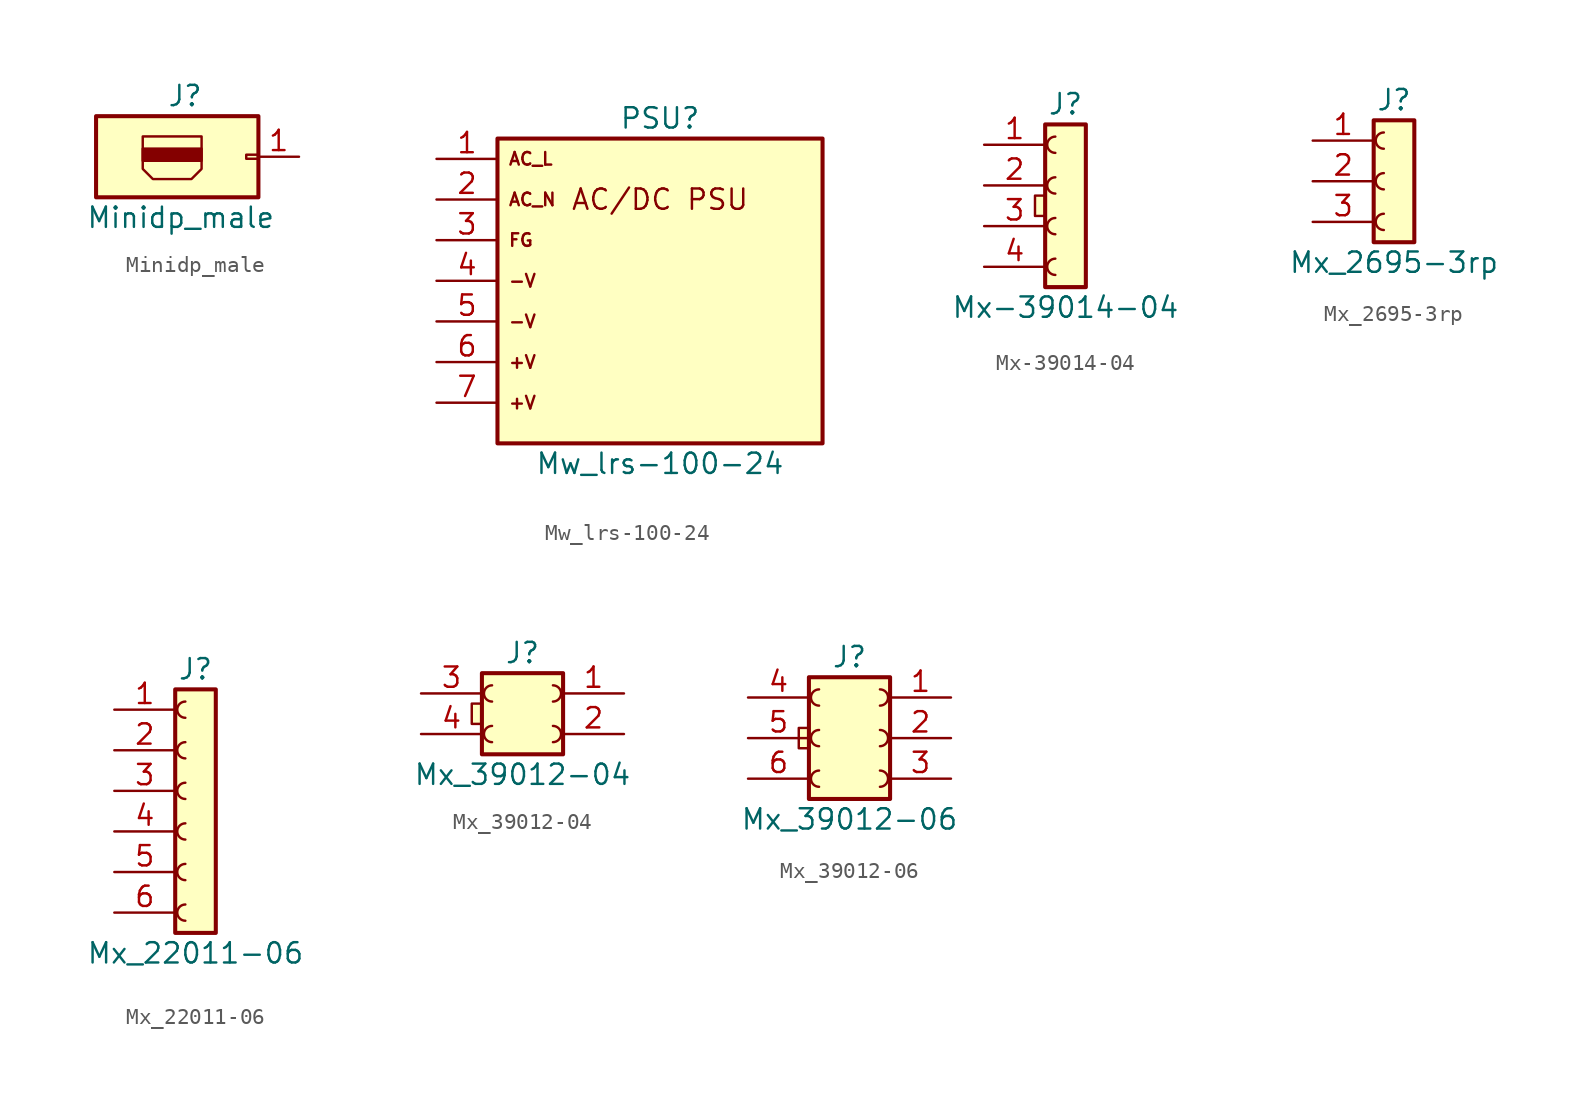
<source format=kicad_sym>
(kicad_symbol_lib
  (version 20211014)
  (generator kicad_symbol_editor)
  (symbol "Minidp_male"
    (pin_names
      (offset 1.016) hide)
    (property "Reference" "J"
      (at -5.715 3.81 0)
      (effects (font (size 1.27 1.27)) (justify left)))
    (property "Value" "Minidp_male"
      (at -10.795 -3.81 0)
      (effects (font (size 1.27 1.27)) (justify left)))
    (symbol "Minidp_male_0_0"
      (rectangle (start -7.239 -0.254) (end -3.556 0.508) (stroke (width 0) (type default) (color 0 0 0 0)) (fill (type outline)))
      (polyline (pts (xy -7.239 -0.762) (xy -7.239 -0.127) (xy -7.239 1.27) (xy -3.556 1.27) (xy -3.556 -0.762) (xy -4.191 -1.397) (xy -6.604 -1.397) (xy -7.239 -0.762)) (stroke (width 0) (type default) (color 0 0 0 0)) (fill (type none))))
    (symbol "Minidp_male_0_1"
      (rectangle (start -10.16 -2.54) (end 0 2.54) (stroke (width 0.254) (type default) (color 0 0 0 0)) (fill (type background)))
      (rectangle (start 0 -0.127) (end -0.762 0.127) (stroke (width 0) (type default) (color 0 0 0 0)) (fill (type none))))
    (symbol "Minidp_male_1_1"
      (pin passive line (at 2.54 0 180) (length 2.54) (name "Pin_1" (effects (font (size 1.27 1.27)))) (number "1" (effects (font (size 1.27 1.27)))))))
  (symbol "Mw_lrs-100-24"
    (pin_names
      (offset 1.016) hide)
    (property "Reference" "PSU"
      (at 0 10.16 0)
      (effects (font (size 1.27 1.27))))
    (property "Value" "Mw_lrs-100-24"
      (at 0 -11.43 0)
      (effects (font (size 1.27 1.27))))
    (symbol "Mw_lrs-100-24_0_0"
      (text "AC/DC PSU" (at 0 5.08 0) (effects (font (size 1.27 1.27))))
      (text "AC_L" (at -9.525 7.62 0) (effects (font (size 0.787 0.787)) (justify left))))
    (symbol "Mw_lrs-100-24_0_1"
      (rectangle (start 10.16 8.89) (end -10.16 -10.16) (stroke (width 0.254) (type default) (color 0 0 0 0)) (fill (type background))))
    (symbol "Mw_lrs-100-24_1_1"
      (text "+V" (at -9.525 -7.62 0) (effects (font (size 0.787 0.787)) (justify left)))
      (text "+V" (at -9.525 -5.08 0) (effects (font (size 0.787 0.787)) (justify left)))
      (text "-V" (at -9.525 -2.54 0) (effects (font (size 0.787 0.787)) (justify left)))
      (text "-V" (at -9.525 0 0) (effects (font (size 0.787 0.787)) (justify left)))
      (text "AC_N" (at -9.525 5.08 0) (effects (font (size 0.787 0.787)) (justify left)))
      (text "FG" (at -9.525 2.54 0) (effects (font (size 0.787 0.787)) (justify left)))
      (pin passive line (at -13.97 7.62 0) (length 3.81) (name "AC_L" (effects (font (size 1.27 1.27)))) (number "1" (effects (font (size 1.27 1.27)))))
      (pin passive line (at -13.97 5.08 0) (length 3.81) (name "AC_N" (effects (font (size 1.27 1.27)))) (number "2" (effects (font (size 1.27 1.27)))))
      (pin passive line (at -13.97 2.54 0) (length 3.81) (name "FG" (effects (font (size 1.27 1.27)))) (number "3" (effects (font (size 1.27 1.27)))))
      (pin passive line (at -13.97 0 0) (length 3.81) (name "DC_NEG1" (effects (font (size 1.27 1.27)))) (number "4" (effects (font (size 1.27 1.27)))))
      (pin passive line (at -13.97 -2.54 0) (length 3.81) (name "DC_NEG2" (effects (font (size 1.27 1.27)))) (number "5" (effects (font (size 1.27 1.27)))))
      (pin passive line (at -13.97 -5.08 0) (length 3.81) (name "DC_POS1" (effects (font (size 1.27 1.27)))) (number "6" (effects (font (size 1.27 1.27)))))
      (pin passive line (at -13.97 -7.62 0) (length 3.81) (name "DC_POS2" (effects (font (size 1.27 1.27)))) (number "7" (effects (font (size 1.27 1.27)))))))
  (symbol "Mx-39014-04"
    (pin_names
      (offset 1.016) hide)
    (property "Reference" "J"
      (at 0 6.35 0)
      (effects (font (size 1.27 1.27))))
    (property "Value" "Mx-39014-04"
      (at 0 -6.35 0)
      (effects (font (size 1.27 1.27))))
    (symbol "Mx-39014-04_0_1"
      (rectangle (start -1.905 0.635) (end -1.27 -0.635) (stroke (width 0) (type default) (color 0 0 0 0)) (fill (type background))))
    (symbol "Mx-39014-04_1_1"
      (arc (start -0.635 -3.302) (mid -1.143 -3.81) (end -0.635 -4.318) (stroke (width 0) (type default) (color 0 0 0 0)) (fill (type none)))
      (arc (start -0.635 -0.762) (mid -1.143 -1.27) (end -0.635 -1.778) (stroke (width 0) (type default) (color 0 0 0 0)) (fill (type none)))
      (arc (start -0.635 1.778) (mid -1.143 1.27) (end -0.635 0.762) (stroke (width 0) (type default) (color 0 0 0 0)) (fill (type none)))
      (arc (start -0.635 4.318) (mid -1.143 3.81) (end -0.635 3.302) (stroke (width 0) (type default) (color 0 0 0 0)) (fill (type none)))
      (rectangle (start 1.27 5.08) (end -1.27 -5.08) (stroke (width 0.254) (type default) (color 0 0 0 0)) (fill (type background)))
      (pin passive line (at -5.08 3.81 0) (length 3.81) (name "Pin_1" (effects (font (size 1.27 1.27)))) (number "1" (effects (font (size 1.27 1.27)))))
      (pin passive line (at -5.08 1.27 0) (length 3.81) (name "Pin_2" (effects (font (size 1.27 1.27)))) (number "2" (effects (font (size 1.27 1.27)))))
      (pin passive line (at -5.08 -1.27 0) (length 3.81) (name "Pin_3" (effects (font (size 1.27 1.27)))) (number "3" (effects (font (size 1.27 1.27)))))
      (pin passive line (at -5.08 -3.81 0) (length 3.81) (name "Pin_4" (effects (font (size 1.27 1.27)))) (number "4" (effects (font (size 1.27 1.27)))))))
  (symbol "Mx_2695-3rp"
    (pin_names
      (offset 1.016) hide)
    (property "Reference" "J"
      (at 0 5.08 0)
      (effects (font (size 1.27 1.27))))
    (property "Value" "Mx_2695-3rp"
      (at 0 -5.08 0)
      (effects (font (size 1.27 1.27))))
    (symbol "Mx_2695-3rp_1_1"
      (rectangle (start -1.27 3.81) (end 1.27 -3.81) (stroke (width 0.254) (type default) (color 0 0 0 0)) (fill (type background)))
      (arc (start -0.635 -2.032) (mid -1.143 -2.54) (end -0.635 -3.048) (stroke (width 0) (type default) (color 0 0 0 0)) (fill (type none)))
      (arc (start -0.635 0.508) (mid -1.143 0) (end -0.635 -0.508) (stroke (width 0) (type default) (color 0 0 0 0)) (fill (type none)))
      (arc (start -0.635 3.048) (mid -1.143 2.54) (end -0.635 2.032) (stroke (width 0) (type default) (color 0 0 0 0)) (fill (type none)))
      (pin passive line (at -5.08 2.54 0) (length 3.81) (name "Pin_1" (effects (font (size 1.27 1.27)))) (number "1" (effects (font (size 1.27 1.27)))))
      (pin passive line (at -5.08 0 0) (length 3.81) (name "Pin_2" (effects (font (size 1.27 1.27)))) (number "2" (effects (font (size 1.27 1.27)))))
      (pin passive line (at -5.08 -2.54 0) (length 3.81) (name "Pin_3" (effects (font (size 1.27 1.27)))) (number "3" (effects (font (size 1.27 1.27)))))))
  (symbol "Mx_22011-06"
    (pin_names
      (offset 1.016) hide)
    (property "Reference" "J"
      (at 0 7.62 0)
      (effects (font (size 1.27 1.27))))
    (property "Value" "Mx_22011-06"
      (at 0 -10.16 0)
      (effects (font (size 1.27 1.27))))
    (symbol "Mx_22011-06_1_1"
      (rectangle (start -1.27 6.35) (end 1.27 -8.89) (stroke (width 0.254) (type default) (color 0 0 0 0)) (fill (type background)))
      (arc (start -0.635 -7.112) (mid -1.143 -7.62) (end -0.635 -8.128) (stroke (width 0) (type default) (color 0 0 0 0)) (fill (type none)))
      (arc (start -0.635 -4.572) (mid -1.143 -5.08) (end -0.635 -5.588) (stroke (width 0) (type default) (color 0 0 0 0)) (fill (type none)))
      (arc (start -0.635 -2.032) (mid -1.143 -2.54) (end -0.635 -3.048) (stroke (width 0) (type default) (color 0 0 0 0)) (fill (type none)))
      (arc (start -0.635 0.508) (mid -1.143 0) (end -0.635 -0.508) (stroke (width 0) (type default) (color 0 0 0 0)) (fill (type none)))
      (arc (start -0.635 3.048) (mid -1.143 2.54) (end -0.635 2.032) (stroke (width 0) (type default) (color 0 0 0 0)) (fill (type none)))
      (arc (start -0.635 5.588) (mid -1.143 5.08) (end -0.635 4.572) (stroke (width 0) (type default) (color 0 0 0 0)) (fill (type none)))
      (pin passive line (at -5.08 5.08 0) (length 3.81) (name "Pin_1" (effects (font (size 1.27 1.27)))) (number "1" (effects (font (size 1.27 1.27)))))
      (pin passive line (at -5.08 2.54 0) (length 3.81) (name "Pin_2" (effects (font (size 1.27 1.27)))) (number "2" (effects (font (size 1.27 1.27)))))
      (pin passive line (at -5.08 0 0) (length 3.81) (name "Pin_3" (effects (font (size 1.27 1.27)))) (number "3" (effects (font (size 1.27 1.27)))))
      (pin passive line (at -5.08 -2.54 0) (length 3.81) (name "Pin_4" (effects (font (size 1.27 1.27)))) (number "4" (effects (font (size 1.27 1.27)))))
      (pin passive line (at -5.08 -5.08 0) (length 3.81) (name "Pin_5" (effects (font (size 1.27 1.27)))) (number "5" (effects (font (size 1.27 1.27)))))
      (pin passive line (at -5.08 -7.62 0) (length 3.81) (name "Pin_6" (effects (font (size 1.27 1.27)))) (number "6" (effects (font (size 1.27 1.27)))))))
  (symbol "Mx_39012-04"
    (pin_names
      (offset 1.016) hide)
    (property "Reference" "J"
      (at 0 3.81 0)
      (effects (font (size 1.27 1.27))))
    (property "Value" "Mx_39012-04"
      (at 0 -3.81 0)
      (effects (font (size 1.27 1.27))))
    (symbol "Mx_39012-04_0_1"
      (rectangle (start -3.175 0.635) (end -2.54 -0.635) (stroke (width 0) (type default) (color 0 0 0 0)) (fill (type background))))
    (symbol "Mx_39012-04_1_1"
      (arc (start -1.905 -0.762) (mid -2.413 -1.27) (end -1.905 -1.778) (stroke (width 0) (type default) (color 0 0 0 0)) (fill (type none)))
      (arc (start -1.905 1.778) (mid -2.413 1.27) (end -1.905 0.762) (stroke (width 0) (type default) (color 0 0 0 0)) (fill (type none)))
      (arc (start 1.905 -1.778) (mid 2.413 -1.27) (end 1.905 -0.762) (stroke (width 0) (type default) (color 0 0 0 0)) (fill (type none)))
      (arc (start 1.905 0.762) (mid 2.413 1.27) (end 1.905 1.778) (stroke (width 0) (type default) (color 0 0 0 0)) (fill (type none)))
      (rectangle (start 2.54 2.54) (end -2.54 -2.54) (stroke (width 0.254) (type default) (color 0 0 0 0)) (fill (type background)))
      (pin passive line (at 6.35 1.27 180) (length 3.81) (name "Pin_1" (effects (font (size 1.27 1.27)))) (number "1" (effects (font (size 1.27 1.27)))))
      (pin passive line (at 6.35 -1.27 180) (length 3.81) (name "Pin_2" (effects (font (size 1.27 1.27)))) (number "2" (effects (font (size 1.27 1.27)))))
      (pin passive line (at -6.35 1.27 0) (length 3.81) (name "Pin_3" (effects (font (size 1.27 1.27)))) (number "3" (effects (font (size 1.27 1.27)))))
      (pin passive line (at -6.35 -1.27 0) (length 3.81) (name "Pin_4" (effects (font (size 1.27 1.27)))) (number "4" (effects (font (size 1.27 1.27)))))))
  (symbol "Mx_39012-06"
    (pin_names
      (offset 1.016) hide)
    (property "Reference" "J"
      (at 0 5.08 0)
      (effects (font (size 1.27 1.27))))
    (property "Value" "Mx_39012-06"
      (at 0 -5.08 0)
      (effects (font (size 1.27 1.27))))
    (symbol "Mx_39012-06_0_1"
      (rectangle (start -3.175 0.635) (end -2.54 -0.635) (stroke (width 0) (type default) (color 0 0 0 0)) (fill (type background))))
    (symbol "Mx_39012-06_1_1"
      (arc (start -1.905 -2.032) (mid -2.413 -2.54) (end -1.905 -3.048) (stroke (width 0) (type default) (color 0 0 0 0)) (fill (type none)))
      (arc (start -1.905 0.508) (mid -2.413 0) (end -1.905 -0.508) (stroke (width 0) (type default) (color 0 0 0 0)) (fill (type none)))
      (arc (start -1.905 3.048) (mid -2.413 2.54) (end -1.905 2.032) (stroke (width 0) (type default) (color 0 0 0 0)) (fill (type none)))
      (arc (start 1.905 -3.048) (mid 2.413 -2.54) (end 1.905 -2.032) (stroke (width 0) (type default) (color 0 0 0 0)) (fill (type none)))
      (arc (start 1.905 -0.508) (mid 2.413 0) (end 1.905 0.508) (stroke (width 0) (type default) (color 0 0 0 0)) (fill (type none)))
      (arc (start 1.905 2.032) (mid 2.413 2.54) (end 1.905 3.048) (stroke (width 0) (type default) (color 0 0 0 0)) (fill (type none)))
      (rectangle (start 2.54 3.81) (end -2.54 -3.81) (stroke (width 0.254) (type default) (color 0 0 0 0)) (fill (type background)))
      (pin passive line (at 6.35 2.54 180) (length 3.81) (name "Pin_1" (effects (font (size 1.27 1.27)))) (number "1" (effects (font (size 1.27 1.27)))))
      (pin passive line (at 6.35 0 180) (length 3.81) (name "Pin_2" (effects (font (size 1.27 1.27)))) (number "2" (effects (font (size 1.27 1.27)))))
      (pin passive line (at 6.35 -2.54 180) (length 3.81) (name "Pin_3" (effects (font (size 1.27 1.27)))) (number "3" (effects (font (size 1.27 1.27)))))
      (pin passive line (at -6.35 2.54 0) (length 3.81) (name "Pin_4" (effects (font (size 1.27 1.27)))) (number "4" (effects (font (size 1.27 1.27)))))
      (pin passive line (at -6.35 0 0) (length 3.81) (name "Pin_5" (effects (font (size 1.27 1.27)))) (number "5" (effects (font (size 1.27 1.27)))))
      (pin passive line (at -6.35 -2.54 0) (length 3.81) (name "Pin_6" (effects (font (size 1.27 1.27)))) (number "6" (effects (font (size 1.27 1.27))))))))
</source>
